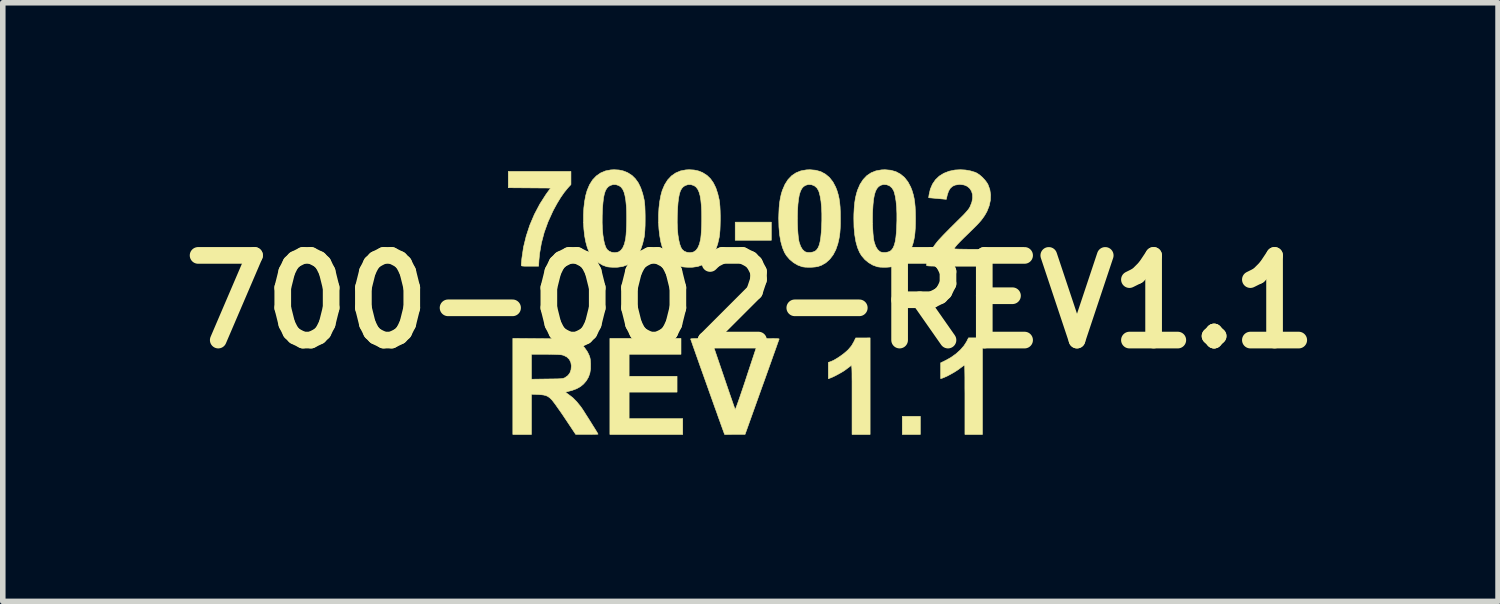
<source format=kicad_pcb>
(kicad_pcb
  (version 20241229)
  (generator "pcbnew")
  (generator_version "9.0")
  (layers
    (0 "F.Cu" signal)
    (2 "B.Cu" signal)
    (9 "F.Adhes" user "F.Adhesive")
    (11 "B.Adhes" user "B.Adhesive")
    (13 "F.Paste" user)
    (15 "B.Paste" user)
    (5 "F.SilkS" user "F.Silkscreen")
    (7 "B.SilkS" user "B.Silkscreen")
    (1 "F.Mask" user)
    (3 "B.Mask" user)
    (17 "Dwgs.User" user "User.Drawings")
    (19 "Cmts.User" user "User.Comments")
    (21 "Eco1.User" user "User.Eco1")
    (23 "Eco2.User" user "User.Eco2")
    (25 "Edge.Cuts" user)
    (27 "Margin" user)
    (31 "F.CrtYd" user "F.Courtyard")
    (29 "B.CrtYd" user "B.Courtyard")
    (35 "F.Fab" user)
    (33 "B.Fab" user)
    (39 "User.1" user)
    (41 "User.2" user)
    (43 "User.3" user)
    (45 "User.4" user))
  (footprint "700-002-REV1.1"
    (layer "F.Cu")
    (at 10.458 2.382)
    (property "Reference" "700-002-REV1.1" (at 0 0 0) (layer "F.SilkS") (effects (font (size 1.524 1.524) (thickness 0.3))))
    (attr through_hole)
    (fp_poly (pts (xy 0.376 -1.107) (xy -0.274 -1.107) (xy -0.274 -1.433) (xy 0.376 -1.433) (xy 0.376 -1.107)) (stroke (width 0.01) (type solid)) (fill yes) (layer "F.SilkS"))
    (fp_poly (pts (xy 3.058 2.388) (xy 2.733 2.388) (xy 2.733 2.062) (xy 3.058 2.062) (xy 3.058 2.388)) (stroke (width 0.01) (type solid)) (fill yes) (layer "F.SilkS"))
    (fp_poly (pts (xy -1.25 0.945) (xy -2.184 0.945) (xy -2.184 1.341) (xy -1.321 1.341) (xy -1.321 1.626) (xy -2.184 1.626) (xy -2.184 2.103) (xy -1.219 2.103) (xy -1.219 2.388) (xy -2.53 2.388) (xy -2.53 0.66) (xy -1.25 0.66) (xy -1.25 0.945)) (stroke (width 0.01) (type solid)) (fill yes) (layer "F.SilkS"))
    (fp_poly (pts (xy 4.176 2.388) (xy 3.861 2.388) (xy 3.861 1.763) (xy 3.861 1.652) (xy 3.86 1.548) (xy 3.86 1.451) (xy 3.86 1.365) (xy 3.859 1.29) (xy 3.858 1.228) (xy 3.857 1.181) (xy 3.857 1.15) (xy 3.856 1.138) (xy 3.856 1.138) (xy 3.846 1.144) (xy 3.824 1.159) (xy 3.792 1.182) (xy 3.762 1.205) (xy 3.718 1.236) (xy 3.664 1.27) (xy 3.606 1.303) (xy 3.548 1.334) (xy 3.495 1.358) (xy 3.453 1.375) (xy 3.447 1.377) (xy 3.424 1.383) (xy 3.424 1.099) (xy 3.509 1.058) (xy 3.608 1.003) (xy 3.699 0.938) (xy 3.779 0.866) (xy 3.845 0.79) (xy 3.892 0.716) (xy 3.925 0.65) (xy 4.176 0.65) (xy 4.176 2.388)) (stroke (width 0.01) (type solid)) (fill yes) (layer "F.SilkS"))
    (fp_poly (pts (xy -3.231 -2.111) (xy -3.287 -2.049) (xy -3.35 -1.972) (xy -3.416 -1.878) (xy -3.482 -1.769) (xy -3.548 -1.648) (xy -3.561 -1.621) (xy -3.645 -1.436) (xy -3.713 -1.247) (xy -3.763 -1.057) (xy -3.795 -0.87) (xy -3.807 -0.749) (xy -3.813 -0.64) (xy -3.969 -0.64) (xy -4.028 -0.64) (xy -4.071 -0.641) (xy -4.098 -0.643) (xy -4.115 -0.645) (xy -4.122 -0.65) (xy -4.125 -0.656) (xy -4.125 -0.659) (xy -4.124 -0.677) (xy -4.121 -0.71) (xy -4.117 -0.752) (xy -4.114 -0.784) (xy -4.085 -0.982) (xy -4.036 -1.182) (xy -3.971 -1.38) (xy -3.889 -1.573) (xy -3.792 -1.757) (xy -3.681 -1.931) (xy -3.656 -1.966) (xy -3.596 -2.047) (xy -3.977 -2.05) (xy -4.359 -2.053) (xy -4.359 -2.347) (xy -3.231 -2.347) (xy -3.231 -2.111)) (stroke (width 0.01) (type solid)) (fill yes) (layer "F.SilkS"))
    (fp_poly (pts (xy 2.154 2.388) (xy 1.829 2.388) (xy 1.829 1.762) (xy 1.829 1.633) (xy 1.829 1.524) (xy 1.829 1.432) (xy 1.828 1.356) (xy 1.828 1.294) (xy 1.827 1.246) (xy 1.826 1.209) (xy 1.824 1.182) (xy 1.823 1.164) (xy 1.82 1.153) (xy 1.818 1.148) (xy 1.815 1.147) (xy 1.811 1.149) (xy 1.81 1.149) (xy 1.794 1.162) (xy 1.766 1.183) (xy 1.732 1.208) (xy 1.721 1.217) (xy 1.684 1.243) (xy 1.637 1.272) (xy 1.583 1.302) (xy 1.529 1.331) (xy 1.479 1.355) (xy 1.438 1.372) (xy 1.425 1.377) (xy 1.402 1.383) (xy 1.402 1.092) (xy 1.452 1.074) (xy 1.497 1.054) (xy 1.552 1.022) (xy 1.611 0.984) (xy 1.67 0.941) (xy 1.723 0.897) (xy 1.759 0.864) (xy 1.82 0.792) (xy 1.86 0.723) (xy 1.895 0.651) (xy 2.024 0.651) (xy 2.154 0.65) (xy 2.154 2.388)) (stroke (width 0.01) (type solid)) (fill yes) (layer "F.SilkS"))
    (fp_poly (pts (xy -0.498 1.293) (xy -0.461 1.402) (xy -0.426 1.505) (xy -0.393 1.601) (xy -0.363 1.689) (xy -0.336 1.766) (xy -0.314 1.83) (xy -0.296 1.882) (xy -0.283 1.918) (xy -0.276 1.937) (xy -0.275 1.939) (xy -0.27 1.932) (xy -0.26 1.907) (xy -0.244 1.865) (xy -0.223 1.807) (xy -0.197 1.733) (xy -0.167 1.645) (xy -0.133 1.545) (xy -0.095 1.432) (xy -0.055 1.309) (xy 0.158 0.665) (xy 0.339 0.663) (xy 0.412 0.662) (xy 0.466 0.663) (xy 0.501 0.665) (xy 0.516 0.669) (xy 0.517 0.67) (xy 0.513 0.681) (xy 0.502 0.71) (xy 0.486 0.755) (xy 0.465 0.815) (xy 0.439 0.888) (xy 0.408 0.974) (xy 0.374 1.071) (xy 0.336 1.177) (xy 0.295 1.292) (xy 0.252 1.413) (xy 0.208 1.534) (xy -0.097 2.387) (xy -0.465 2.388) (xy -0.481 2.344) (xy -0.49 2.319) (xy -0.505 2.278) (xy -0.525 2.223) (xy -0.549 2.155) (xy -0.578 2.076) (xy -0.609 1.987) (xy -0.644 1.891) (xy -0.68 1.789) (xy -0.718 1.683) (xy -0.757 1.573) (xy -0.796 1.463) (xy -0.835 1.354) (xy -0.873 1.247) (xy -0.91 1.144) (xy -0.944 1.047) (xy -0.976 0.957) (xy -1.004 0.877) (xy -1.029 0.807) (xy -1.049 0.749) (xy -1.064 0.706) (xy -1.074 0.679) (xy -1.077 0.669) (xy -1.067 0.666) (xy -1.041 0.664) (xy -1 0.662) (xy -0.949 0.661) (xy -0.896 0.66) (xy -0.714 0.66) (xy -0.498 1.293)) (stroke (width 0.01) (type solid)) (fill yes) (layer "F.SilkS"))
    (fp_poly (pts (xy 1.173 -2.368) (xy 1.267 -2.342) (xy 1.35 -2.297) (xy 1.423 -2.236) (xy 1.484 -2.158) (xy 1.534 -2.064) (xy 1.558 -2.002) (xy 1.579 -1.932) (xy 1.595 -1.862) (xy 1.606 -1.788) (xy 1.614 -1.706) (xy 1.618 -1.611) (xy 1.619 -1.504) (xy 1.619 -1.405) (xy 1.616 -1.321) (xy 1.611 -1.25) (xy 1.603 -1.185) (xy 1.592 -1.124) (xy 1.577 -1.061) (xy 1.574 -1.046) (xy 1.537 -0.938) (xy 1.488 -0.844) (xy 1.428 -0.766) (xy 1.358 -0.703) (xy 1.278 -0.657) (xy 1.215 -0.635) (xy 1.168 -0.627) (xy 1.11 -0.622) (xy 1.047 -0.621) (xy 0.988 -0.623) (xy 0.94 -0.629) (xy 0.932 -0.631) (xy 0.854 -0.659) (xy 0.778 -0.703) (xy 0.708 -0.761) (xy 0.649 -0.829) (xy 0.615 -0.884) (xy 0.577 -0.974) (xy 0.547 -1.082) (xy 0.525 -1.206) (xy 0.513 -1.345) (xy 0.509 -1.499) (xy 0.509 -1.506) (xy 0.845 -1.506) (xy 0.846 -1.411) (xy 0.849 -1.319) (xy 0.855 -1.234) (xy 0.862 -1.16) (xy 0.871 -1.1) (xy 0.877 -1.072) (xy 0.903 -0.998) (xy 0.935 -0.943) (xy 0.975 -0.906) (xy 0.996 -0.895) (xy 1.034 -0.887) (xy 1.08 -0.887) (xy 1.127 -0.896) (xy 1.163 -0.911) (xy 1.167 -0.913) (xy 1.196 -0.94) (xy 1.22 -0.976) (xy 1.239 -1.023) (xy 1.254 -1.083) (xy 1.266 -1.159) (xy 1.275 -1.251) (xy 1.28 -1.323) (xy 1.285 -1.459) (xy 1.285 -1.587) (xy 1.28 -1.704) (xy 1.27 -1.809) (xy 1.255 -1.899) (xy 1.236 -1.973) (xy 1.225 -2.003) (xy 1.195 -2.051) (xy 1.152 -2.087) (xy 1.101 -2.107) (xy 1.047 -2.111) (xy 1.034 -2.109) (xy 0.991 -2.096) (xy 0.954 -2.072) (xy 0.924 -2.037) (xy 0.9 -1.989) (xy 0.88 -1.927) (xy 0.866 -1.849) (xy 0.855 -1.754) (xy 0.848 -1.641) (xy 0.847 -1.601) (xy 0.845 -1.506) (xy 0.509 -1.506) (xy 0.511 -1.579) (xy 0.516 -1.69) (xy 0.525 -1.785) (xy 0.539 -1.868) (xy 0.556 -1.944) (xy 0.577 -2.01) (xy 0.622 -2.114) (xy 0.677 -2.2) (xy 0.743 -2.269) (xy 0.82 -2.321) (xy 0.907 -2.356) (xy 1.006 -2.374) (xy 1.07 -2.377) (xy 1.173 -2.368)) (stroke (width 0.01) (type solid)) (fill yes) (layer "F.SilkS"))
    (fp_poly (pts (xy 2.524 -2.368) (xy 2.618 -2.342) (xy 2.701 -2.297) (xy 2.774 -2.236) (xy 2.835 -2.158) (xy 2.885 -2.064) (xy 2.909 -2.002) (xy 2.93 -1.932) (xy 2.946 -1.862) (xy 2.957 -1.788) (xy 2.965 -1.706) (xy 2.969 -1.611) (xy 2.971 -1.504) (xy 2.97 -1.405) (xy 2.967 -1.321) (xy 2.962 -1.25) (xy 2.955 -1.185) (xy 2.944 -1.124) (xy 2.929 -1.061) (xy 2.925 -1.046) (xy 2.888 -0.938) (xy 2.839 -0.844) (xy 2.779 -0.766) (xy 2.709 -0.703) (xy 2.63 -0.657) (xy 2.566 -0.635) (xy 2.519 -0.627) (xy 2.461 -0.622) (xy 2.399 -0.621) (xy 2.339 -0.623) (xy 2.291 -0.629) (xy 2.283 -0.631) (xy 2.205 -0.659) (xy 2.129 -0.703) (xy 2.059 -0.761) (xy 2.001 -0.829) (xy 1.967 -0.884) (xy 1.928 -0.974) (xy 1.898 -1.082) (xy 1.877 -1.206) (xy 1.864 -1.345) (xy 1.861 -1.499) (xy 1.861 -1.506) (xy 2.197 -1.506) (xy 2.197 -1.411) (xy 2.201 -1.319) (xy 2.206 -1.234) (xy 2.213 -1.16) (xy 2.222 -1.1) (xy 2.229 -1.072) (xy 2.254 -0.998) (xy 2.287 -0.943) (xy 2.326 -0.906) (xy 2.347 -0.895) (xy 2.385 -0.887) (xy 2.432 -0.887) (xy 2.478 -0.896) (xy 2.515 -0.911) (xy 2.518 -0.913) (xy 2.547 -0.94) (xy 2.571 -0.976) (xy 2.59 -1.023) (xy 2.606 -1.083) (xy 2.618 -1.159) (xy 2.627 -1.251) (xy 2.631 -1.323) (xy 2.636 -1.459) (xy 2.636 -1.587) (xy 2.631 -1.704) (xy 2.621 -1.809) (xy 2.607 -1.899) (xy 2.588 -1.973) (xy 2.577 -2.003) (xy 2.546 -2.051) (xy 2.504 -2.087) (xy 2.453 -2.107) (xy 2.398 -2.111) (xy 2.385 -2.109) (xy 2.342 -2.096) (xy 2.306 -2.072) (xy 2.276 -2.037) (xy 2.251 -1.989) (xy 2.232 -1.927) (xy 2.217 -1.849) (xy 2.207 -1.754) (xy 2.2 -1.641) (xy 2.198 -1.601) (xy 2.197 -1.506) (xy 1.861 -1.506) (xy 1.862 -1.579) (xy 1.868 -1.69) (xy 1.877 -1.785) (xy 1.89 -1.868) (xy 1.908 -1.944) (xy 1.928 -2.01) (xy 1.973 -2.114) (xy 2.029 -2.2) (xy 2.094 -2.269) (xy 2.171 -2.321) (xy 2.258 -2.356) (xy 2.357 -2.374) (xy 2.422 -2.377) (xy 2.524 -2.368)) (stroke (width 0.01) (type solid)) (fill yes) (layer "F.SilkS"))
    (fp_poly (pts (xy -2.366 -2.372) (xy -2.291 -2.356) (xy -2.219 -2.328) (xy -2.204 -2.32) (xy -2.132 -2.274) (xy -2.071 -2.214) (xy -2.018 -2.14) (xy -1.975 -2.051) (xy -1.939 -1.944) (xy -1.913 -1.834) (xy -1.906 -1.782) (xy -1.9 -1.715) (xy -1.897 -1.636) (xy -1.895 -1.55) (xy -1.895 -1.461) (xy -1.896 -1.374) (xy -1.9 -1.293) (xy -1.905 -1.223) (xy -1.912 -1.168) (xy -1.913 -1.162) (xy -1.94 -1.047) (xy -1.973 -0.948) (xy -2.014 -0.864) (xy -2.063 -0.792) (xy -2.084 -0.768) (xy -2.149 -0.707) (xy -2.221 -0.663) (xy -2.3 -0.635) (xy -2.391 -0.622) (xy -2.447 -0.621) (xy -2.495 -0.622) (xy -2.539 -0.625) (xy -2.573 -0.629) (xy -2.583 -0.631) (xy -2.656 -0.657) (xy -2.728 -0.699) (xy -2.796 -0.753) (xy -2.854 -0.817) (xy -2.899 -0.885) (xy -2.904 -0.894) (xy -2.937 -0.978) (xy -2.964 -1.077) (xy -2.985 -1.189) (xy -2.998 -1.309) (xy -3.005 -1.427) (xy -2.669 -1.427) (xy -2.665 -1.311) (xy -2.656 -1.207) (xy -2.642 -1.116) (xy -2.625 -1.039) (xy -2.603 -0.979) (xy -2.581 -0.942) (xy -2.543 -0.91) (xy -2.495 -0.89) (xy -2.441 -0.884) (xy -2.387 -0.893) (xy -2.373 -0.898) (xy -2.332 -0.926) (xy -2.297 -0.973) (xy -2.269 -1.038) (xy -2.249 -1.121) (xy -2.245 -1.146) (xy -2.239 -1.204) (xy -2.234 -1.276) (xy -2.23 -1.359) (xy -2.228 -1.448) (xy -2.228 -1.537) (xy -2.229 -1.622) (xy -2.232 -1.697) (xy -2.234 -1.727) (xy -2.244 -1.828) (xy -2.258 -1.909) (xy -2.276 -1.975) (xy -2.299 -2.025) (xy -2.328 -2.063) (xy -2.364 -2.089) (xy -2.37 -2.092) (xy -2.425 -2.11) (xy -2.476 -2.109) (xy -2.527 -2.092) (xy -2.56 -2.07) (xy -2.588 -2.039) (xy -2.611 -1.998) (xy -2.629 -1.943) (xy -2.644 -1.874) (xy -2.654 -1.788) (xy -2.663 -1.684) (xy -2.663 -1.683) (xy -2.668 -1.551) (xy -2.669 -1.427) (xy -3.005 -1.427) (xy -3.005 -1.435) (xy -3.005 -1.562) (xy -2.999 -1.687) (xy -2.985 -1.806) (xy -2.964 -1.917) (xy -2.94 -2.002) (xy -2.897 -2.105) (xy -2.842 -2.193) (xy -2.775 -2.264) (xy -2.698 -2.318) (xy -2.611 -2.355) (xy -2.513 -2.374) (xy -2.452 -2.377) (xy -2.366 -2.372)) (stroke (width 0.01) (type solid)) (fill yes) (layer "F.SilkS"))
    (fp_poly (pts (xy -1.015 -2.372) (xy -0.94 -2.356) (xy -0.867 -2.328) (xy -0.853 -2.32) (xy -0.781 -2.274) (xy -0.719 -2.214) (xy -0.667 -2.14) (xy -0.623 -2.051) (xy -0.588 -1.944) (xy -0.562 -1.834) (xy -0.555 -1.782) (xy -0.549 -1.715) (xy -0.545 -1.636) (xy -0.543 -1.55) (xy -0.543 -1.461) (xy -0.545 -1.374) (xy -0.548 -1.293) (xy -0.554 -1.223) (xy -0.561 -1.168) (xy -0.562 -1.162) (xy -0.588 -1.047) (xy -0.621 -0.948) (xy -0.662 -0.864) (xy -0.712 -0.792) (xy -0.732 -0.768) (xy -0.798 -0.707) (xy -0.869 -0.663) (xy -0.949 -0.635) (xy -1.04 -0.622) (xy -1.096 -0.621) (xy -1.143 -0.622) (xy -1.188 -0.625) (xy -1.222 -0.629) (xy -1.232 -0.631) (xy -1.304 -0.657) (xy -1.377 -0.699) (xy -1.444 -0.753) (xy -1.503 -0.817) (xy -1.548 -0.885) (xy -1.553 -0.894) (xy -1.586 -0.978) (xy -1.613 -1.077) (xy -1.633 -1.189) (xy -1.647 -1.309) (xy -1.654 -1.427) (xy -1.318 -1.427) (xy -1.314 -1.311) (xy -1.305 -1.207) (xy -1.291 -1.116) (xy -1.273 -1.039) (xy -1.251 -0.979) (xy -1.229 -0.942) (xy -1.192 -0.91) (xy -1.143 -0.89) (xy -1.089 -0.884) (xy -1.035 -0.893) (xy -1.022 -0.898) (xy -0.98 -0.926) (xy -0.946 -0.973) (xy -0.918 -1.038) (xy -0.898 -1.121) (xy -0.894 -1.146) (xy -0.888 -1.204) (xy -0.883 -1.276) (xy -0.879 -1.359) (xy -0.877 -1.448) (xy -0.877 -1.537) (xy -0.878 -1.622) (xy -0.881 -1.697) (xy -0.883 -1.727) (xy -0.893 -1.828) (xy -0.906 -1.909) (xy -0.925 -1.975) (xy -0.948 -2.025) (xy -0.977 -2.063) (xy -1.012 -2.089) (xy -1.019 -2.092) (xy -1.073 -2.11) (xy -1.125 -2.109) (xy -1.175 -2.092) (xy -1.209 -2.07) (xy -1.237 -2.039) (xy -1.26 -1.998) (xy -1.278 -1.943) (xy -1.292 -1.874) (xy -1.303 -1.788) (xy -1.311 -1.684) (xy -1.311 -1.683) (xy -1.317 -1.551) (xy -1.318 -1.427) (xy -1.654 -1.427) (xy -1.654 -1.435) (xy -1.654 -1.562) (xy -1.647 -1.687) (xy -1.633 -1.806) (xy -1.612 -1.917) (xy -1.589 -2.002) (xy -1.545 -2.105) (xy -1.49 -2.193) (xy -1.424 -2.264) (xy -1.347 -2.318) (xy -1.26 -2.355) (xy -1.162 -2.374) (xy -1.101 -2.377) (xy -1.015 -2.372)) (stroke (width 0.01) (type solid)) (fill yes) (layer "F.SilkS"))
    (fp_poly (pts (xy 3.871 -2.372) (xy 3.96 -2.356) (xy 4.04 -2.332) (xy 4.076 -2.316) (xy 4.124 -2.284) (xy 4.175 -2.24) (xy 4.223 -2.188) (xy 4.261 -2.136) (xy 4.276 -2.11) (xy 4.309 -2.02) (xy 4.323 -1.925) (xy 4.319 -1.827) (xy 4.297 -1.727) (xy 4.258 -1.628) (xy 4.231 -1.579) (xy 4.206 -1.539) (xy 4.179 -1.501) (xy 4.15 -1.463) (xy 4.115 -1.423) (xy 4.073 -1.378) (xy 4.021 -1.326) (xy 3.957 -1.264) (xy 3.924 -1.231) (xy 3.843 -1.153) (xy 3.778 -1.088) (xy 3.728 -1.036) (xy 3.694 -0.996) (xy 3.673 -0.968) (xy 3.668 -0.954) (xy 3.678 -0.951) (xy 3.705 -0.95) (xy 3.748 -0.948) (xy 3.805 -0.947) (xy 3.872 -0.946) (xy 3.948 -0.945) (xy 3.998 -0.945) (xy 4.328 -0.945) (xy 4.328 -0.64) (xy 3.749 -0.64) (xy 3.626 -0.64) (xy 3.521 -0.64) (xy 3.434 -0.641) (xy 3.362 -0.641) (xy 3.305 -0.642) (xy 3.26 -0.643) (xy 3.226 -0.644) (xy 3.202 -0.646) (xy 3.186 -0.648) (xy 3.176 -0.65) (xy 3.171 -0.653) (xy 3.17 -0.657) (xy 3.17 -0.657) (xy 3.174 -0.692) (xy 3.186 -0.74) (xy 3.204 -0.796) (xy 3.226 -0.853) (xy 3.246 -0.899) (xy 3.264 -0.934) (xy 3.282 -0.967) (xy 3.302 -0.999) (xy 3.325 -1.032) (xy 3.352 -1.067) (xy 3.385 -1.107) (xy 3.426 -1.151) (xy 3.475 -1.203) (xy 3.534 -1.263) (xy 3.604 -1.334) (xy 3.687 -1.416) (xy 3.732 -1.461) (xy 3.793 -1.521) (xy 3.84 -1.568) (xy 3.876 -1.607) (xy 3.904 -1.639) (xy 3.925 -1.665) (xy 3.941 -1.689) (xy 3.954 -1.713) (xy 3.956 -1.717) (xy 3.986 -1.794) (xy 3.999 -1.866) (xy 3.997 -1.933) (xy 3.979 -1.992) (xy 3.947 -2.041) (xy 3.902 -2.079) (xy 3.845 -2.103) (xy 3.776 -2.112) (xy 3.749 -2.111) (xy 3.687 -2.101) (xy 3.637 -2.079) (xy 3.598 -2.044) (xy 3.567 -1.993) (xy 3.544 -1.926) (xy 3.531 -1.869) (xy 3.526 -1.844) (xy 3.367 -1.859) (xy 3.208 -1.873) (xy 3.215 -1.925) (xy 3.238 -2.027) (xy 3.277 -2.118) (xy 3.331 -2.197) (xy 3.399 -2.262) (xy 3.481 -2.313) (xy 3.576 -2.35) (xy 3.682 -2.372) (xy 3.78 -2.377) (xy 3.871 -2.372)) (stroke (width 0.01) (type solid)) (fill yes) (layer "F.SilkS"))
    (fp_poly (pts (xy -3.792 0.663) (xy -3.671 0.664) (xy -3.568 0.666) (xy -3.481 0.667) (xy -3.409 0.67) (xy -3.349 0.672) (xy -3.3 0.676) (xy -3.259 0.681) (xy -3.224 0.687) (xy -3.194 0.694) (xy -3.167 0.703) (xy -3.14 0.714) (xy -3.113 0.725) (xy -3.048 0.766) (xy -2.989 0.822) (xy -2.939 0.893) (xy -2.919 0.931) (xy -2.902 0.968) (xy -2.891 0.999) (xy -2.884 1.03) (xy -2.88 1.068) (xy -2.877 1.118) (xy -2.878 1.209) (xy -2.891 1.288) (xy -2.916 1.357) (xy -2.954 1.422) (xy -2.956 1.424) (xy -3.003 1.479) (xy -3.058 1.525) (xy -3.125 1.563) (xy -3.207 1.594) (xy -3.305 1.62) (xy -3.306 1.62) (xy -3.32 1.624) (xy -3.325 1.629) (xy -3.318 1.637) (xy -3.297 1.652) (xy -3.271 1.671) (xy -3.198 1.727) (xy -3.126 1.8) (xy -3.059 1.883) (xy -3.046 1.9) (xy -3.029 1.925) (xy -3.005 1.961) (xy -2.976 2.007) (xy -2.943 2.059) (xy -2.908 2.114) (xy -2.872 2.171) (xy -2.838 2.226) (xy -2.806 2.277) (xy -2.779 2.32) (xy -2.759 2.354) (xy -2.746 2.376) (xy -2.743 2.382) (xy -2.753 2.384) (xy -2.78 2.385) (xy -2.821 2.386) (xy -2.873 2.387) (xy -2.933 2.387) (xy -2.944 2.387) (xy -3.145 2.387) (xy -3.332 2.106) (xy -3.379 2.036) (xy -3.426 1.968) (xy -3.47 1.906) (xy -3.508 1.852) (xy -3.541 1.808) (xy -3.565 1.777) (xy -3.573 1.767) (xy -3.61 1.731) (xy -3.645 1.705) (xy -3.683 1.688) (xy -3.73 1.677) (xy -3.79 1.671) (xy -3.828 1.669) (xy -3.942 1.664) (xy -3.942 2.388) (xy -4.277 2.388) (xy -4.277 0.945) (xy -3.942 0.945) (xy -3.942 1.394) (xy -3.66 1.39) (xy -3.577 1.389) (xy -3.511 1.388) (xy -3.46 1.387) (xy -3.422 1.385) (xy -3.394 1.382) (xy -3.374 1.379) (xy -3.358 1.374) (xy -3.344 1.369) (xy -3.336 1.364) (xy -3.284 1.327) (xy -3.249 1.279) (xy -3.23 1.226) (xy -3.223 1.154) (xy -3.233 1.091) (xy -3.26 1.037) (xy -3.303 0.995) (xy -3.361 0.965) (xy -3.394 0.956) (xy -3.419 0.953) (xy -3.461 0.95) (xy -3.517 0.948) (xy -3.582 0.946) (xy -3.654 0.945) (xy -3.694 0.945) (xy -3.942 0.945) (xy -4.277 0.945) (xy -4.277 0.659) (xy -3.792 0.663)) (stroke (width 0.01) (type solid)) (fill yes) (layer "F.SilkS")))
  (gr_rect
    (start -3 -3)
    (end 23.915 7.775)
    (stroke (width 0.1) (type default))
    (fill no)
    (layer "Edge.Cuts")))
</source>
